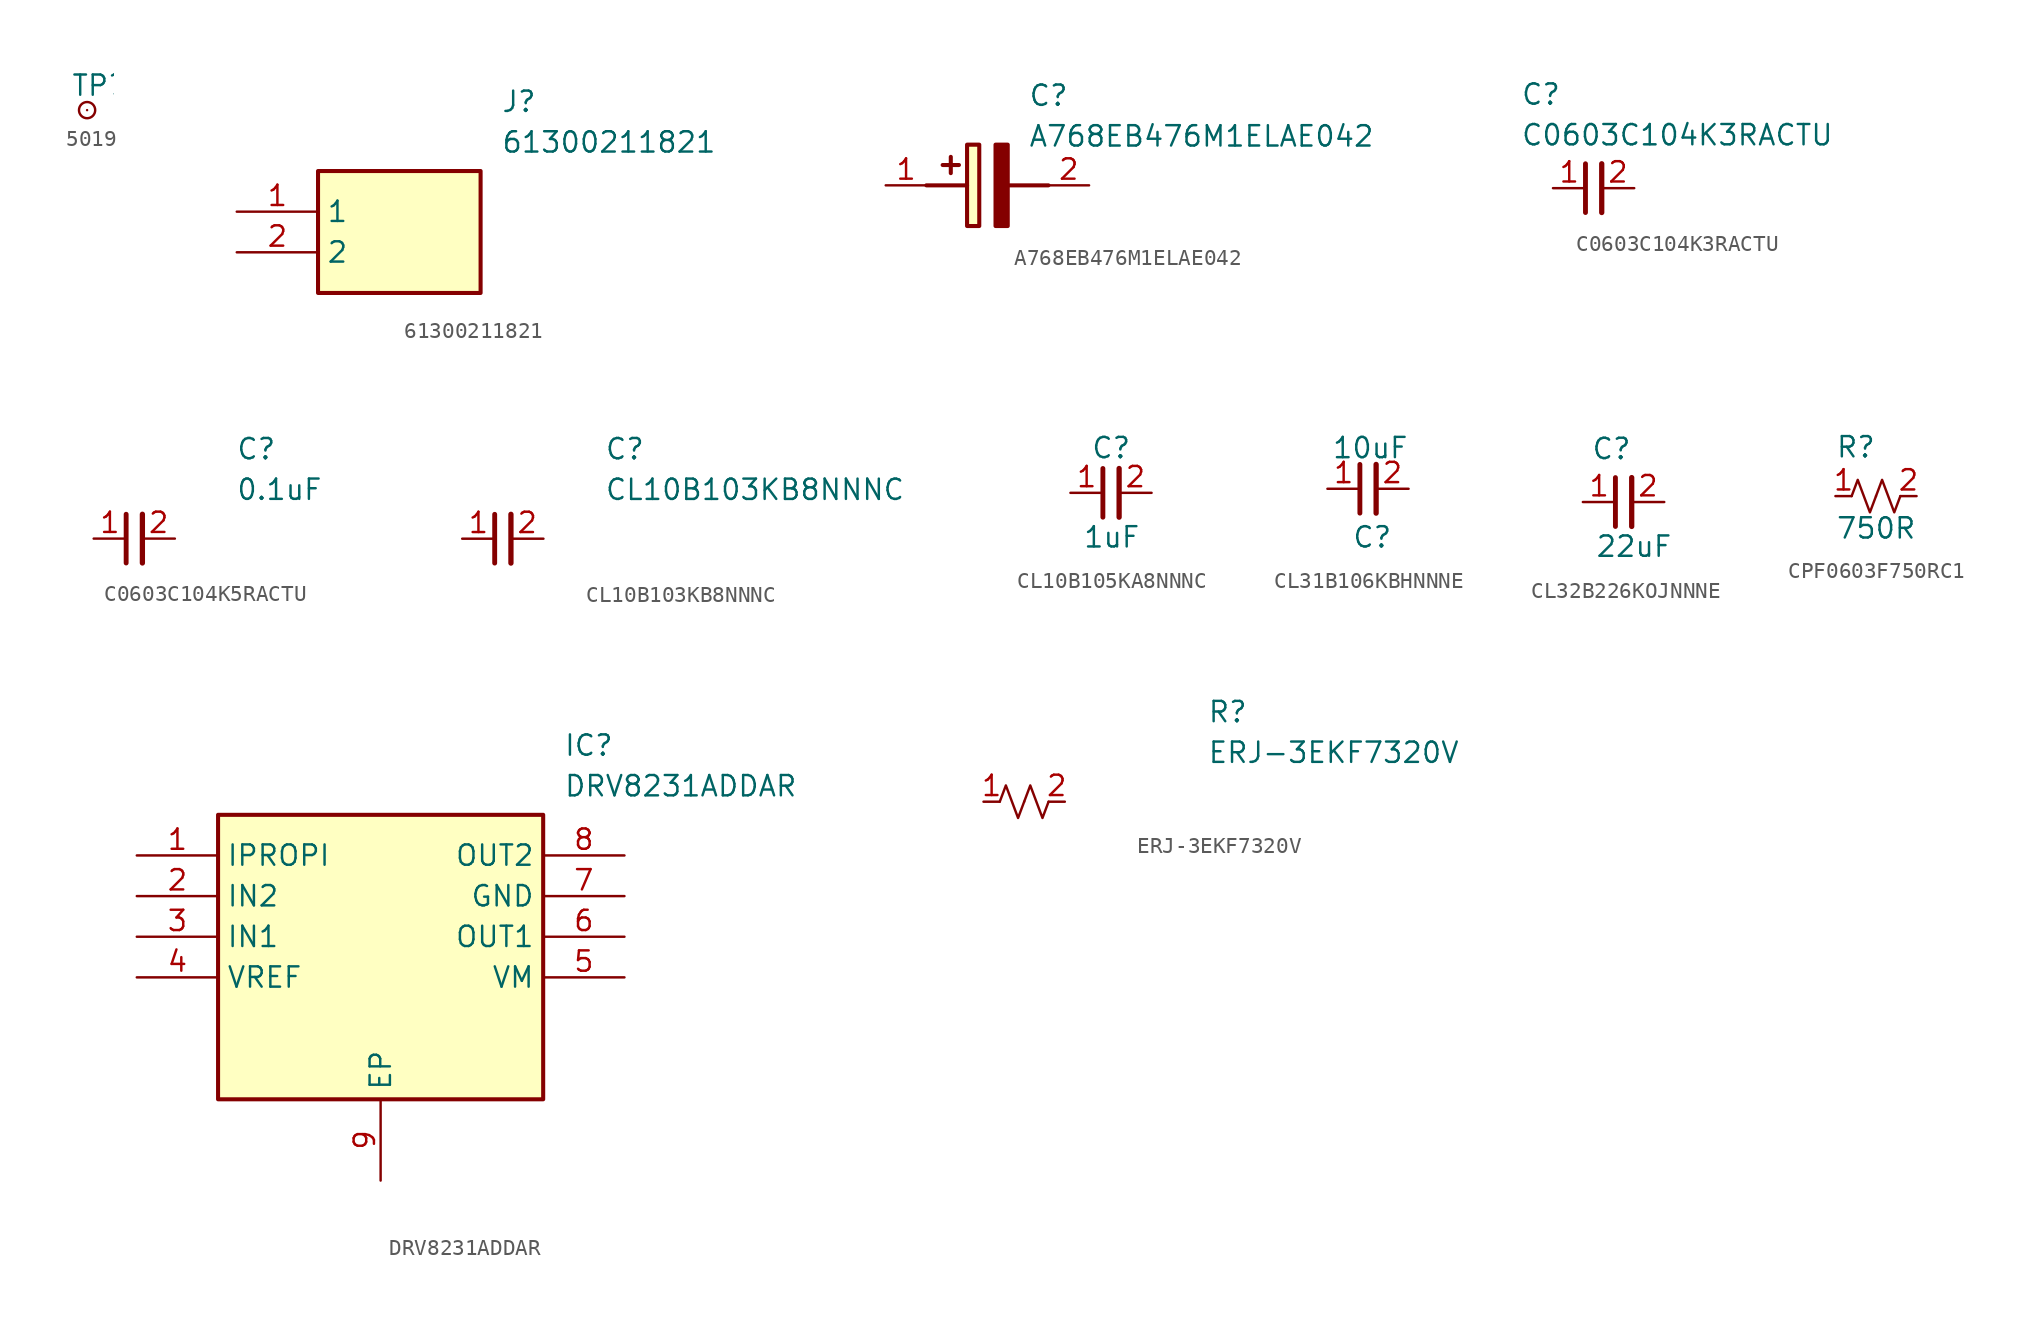
<source format=kicad_sym>
(kicad_symbol_lib
  (version 20241209)
  (generator "kicad_symbol_editor")
  (generator_version "9.0")
  (symbol "5019"
    (property "Reference" "TP"
      (at -1.016 2.286 0)
      (effects (font (size 1.27 1.27)) (justify left top)))
    (symbol "5019_0_1"
      (circle (center 0 0) (radius 0.508) (stroke (width 0) (type default)) (fill (type none))))
    (symbol "5019_1_1"
      (pin passive line (at 0 0 90) (length 0) (name "1" (effects (font (size 0 0)))) (number "1" (effects (font (size 0 0)))))))
  (symbol "61300211821"
    (property "Reference" "J"
      (at 16.51 7.62 0)
      (effects (font (size 1.27 1.27)) (justify left top)))
    (property "Value" "61300211821"
      (at 16.51 5.08 0)
      (effects (font (size 1.27 1.27)) (justify left top)))
    (symbol "61300211821_1_1"
      (rectangle (start 5.08 2.54) (end 15.24 -5.08) (stroke (width 0.254) (type default)) (fill (type background)))
      (pin passive line (at 0 0 0) (length 5.08) (name "1" (effects (font (size 1.27 1.27)))) (number "1" (effects (font (size 1.27 1.27)))))
      (pin passive line (at 0 -2.54 0) (length 5.08) (name "2" (effects (font (size 1.27 1.27)))) (number "2" (effects (font (size 1.27 1.27)))))))
  (symbol "A768EB476M1ELAE042"
    (pin_names
      (hide yes))
    (property "Reference" "C"
      (at 8.89 6.35 0)
      (effects (font (size 1.27 1.27)) (justify left top)))
    (property "Value" "A768EB476M1ELAE042"
      (at 8.89 3.81 0)
      (effects (font (size 1.27 1.27)) (justify left top)))
    (symbol "A768EB476M1ELAE042_1_1"
      (polyline (pts (xy 2.54 0) (xy 5.08 0)) (stroke (width 0.254) (type default)) (fill (type none)))
      (polyline (pts (xy 4.064 1.778) (xy 4.064 0.762)) (stroke (width 0.254) (type default)) (fill (type none)))
      (polyline (pts (xy 4.572 1.27) (xy 3.556 1.27)) (stroke (width 0.254) (type default)) (fill (type none)))
      (rectangle (start 5.08 2.54) (end 5.842 -2.54) (stroke (width 0.254) (type default)) (fill (type background)))
      (polyline (pts (xy 7.62 2.54) (xy 7.62 -2.54) (xy 6.858 -2.54) (xy 6.858 2.54) (xy 7.62 2.54)) (stroke (width 0.254) (type default)) (fill (type outline)))
      (polyline (pts (xy 7.62 0) (xy 10.16 0)) (stroke (width 0.254) (type default)) (fill (type none)))
      (pin passive line (at 0 0 0) (length 2.54) (name "+" (effects (font (size 1.27 1.27)))) (number "1" (effects (font (size 1.27 1.27)))))
      (pin passive line (at 12.7 0 180) (length 2.54) (name "-" (effects (font (size 1.27 1.27)))) (number "2" (effects (font (size 1.27 1.27)))))))
  (symbol "C0603C104K3RACTU"
    (pin_names
      (hide yes))
    (property "Reference" "C"
      (at -4.572 6.604 0)
      (effects (font (size 1.27 1.27)) (justify left top)))
    (property "Value" "C0603C104K3RACTU"
      (at -4.572 4.064 0)
      (effects (font (size 1.27 1.27)) (justify left top)))
    (symbol "C0603C104K3RACTU_0_1"
      (polyline (pts (xy -0.508 -1.524) (xy -0.508 1.524)) (stroke (width 0.305) (type default)) (fill (type none)))
      (polyline (pts (xy 0.508 -1.524) (xy 0.508 1.524)) (stroke (width 0.33) (type default)) (fill (type none))))
    (symbol "C0603C104K3RACTU_1_1"
      (pin passive line (at -2.54 0 0) (length 2.032) (name "~" (effects (font (size 1.27 1.27)))) (number "1" (effects (font (size 1.27 1.27)))))
      (pin passive line (at 2.54 0 180) (length 2.032) (name "~" (effects (font (size 1.27 1.27)))) (number "2" (effects (font (size 1.27 1.27)))))))
  (symbol "C0603C104K5RACTU"
    (pin_names
      (hide yes))
    (property "Reference" "C"
      (at 8.89 6.35 0)
      (effects (font (size 1.27 1.27)) (justify left top)))
    (property "Value" "0.1uF"
      (at 8.89 3.81 0)
      (effects (font (size 1.27 1.27)) (justify left top)))
    (symbol "C0603C104K5RACTU_0_1"
      (polyline (pts (xy 2.032 -1.524) (xy 2.032 1.524)) (stroke (width 0.305) (type default)) (fill (type none)))
      (polyline (pts (xy 3.048 -1.524) (xy 3.048 1.524)) (stroke (width 0.33) (type default)) (fill (type none))))
    (symbol "C0603C104K5RACTU_1_1"
      (pin passive line (at 0 0 0) (length 2.032) (name "~" (effects (font (size 1.27 1.27)))) (number "1" (effects (font (size 1.27 1.27)))))
      (pin passive line (at 5.08 0 180) (length 2.032) (name "~" (effects (font (size 1.27 1.27)))) (number "2" (effects (font (size 1.27 1.27)))))))
  (symbol "CL10B103KB8NNNC"
    (pin_names
      (hide yes))
    (property "Reference" "C"
      (at 8.89 6.35 0)
      (effects (font (size 1.27 1.27)) (justify left top)))
    (property "Value" "CL10B103KB8NNNC"
      (at 8.89 3.81 0)
      (effects (font (size 1.27 1.27)) (justify left top)))
    (symbol "CL10B103KB8NNNC_0_1"
      (polyline (pts (xy 2.032 -1.524) (xy 2.032 1.524)) (stroke (width 0.305) (type default)) (fill (type none)))
      (polyline (pts (xy 3.048 -1.524) (xy 3.048 1.524)) (stroke (width 0.33) (type default)) (fill (type none))))
    (symbol "CL10B103KB8NNNC_1_1"
      (pin passive line (at 0 0 0) (length 2.032) (name "~" (effects (font (size 1.27 1.27)))) (number "1" (effects (font (size 1.27 1.27)))))
      (pin passive line (at 5.08 0 180) (length 2.032) (name "~" (effects (font (size 1.27 1.27)))) (number "2" (effects (font (size 1.27 1.27)))))))
  (symbol "CL10B105KA8NNNC"
    (pin_names
      (hide yes))
    (property "Reference" "C"
      (at 1.27 3.556 0)
      (effects (font (size 1.27 1.27)) (justify left top)))
    (property "Value" "1uF"
      (at 0.762 -2.032 0)
      (effects (font (size 1.27 1.27)) (justify left top)))
    (symbol "CL10B105KA8NNNC_0_1"
      (polyline (pts (xy 2.032 -1.524) (xy 2.032 1.524)) (stroke (width 0.305) (type default)) (fill (type none)))
      (polyline (pts (xy 3.048 -1.524) (xy 3.048 1.524)) (stroke (width 0.33) (type default)) (fill (type none))))
    (symbol "CL10B105KA8NNNC_1_1"
      (pin passive line (at 0 0 0) (length 2.032) (name "~" (effects (font (size 1.27 1.27)))) (number "1" (effects (font (size 1.27 1.27)))))
      (pin passive line (at 5.08 0 180) (length 2.032) (name "~" (effects (font (size 1.27 1.27)))) (number "2" (effects (font (size 1.27 1.27)))))))
  (symbol "CL31B106KBHNNNE"
    (pin_names
      (hide yes))
    (property "Reference" "C"
      (at 1.524 -2.286 0)
      (effects (font (size 1.27 1.27)) (justify left top)))
    (property "Value" "10uF"
      (at 0.254 3.302 0)
      (effects (font (size 1.27 1.27)) (justify left top)))
    (symbol "CL31B106KBHNNNE_0_1"
      (polyline (pts (xy 2.032 -1.524) (xy 2.032 1.524)) (stroke (width 0.305) (type default)) (fill (type none)))
      (polyline (pts (xy 3.048 -1.524) (xy 3.048 1.524)) (stroke (width 0.33) (type default)) (fill (type none))))
    (symbol "CL31B106KBHNNNE_1_1"
      (pin passive line (at 0 0 0) (length 2.032) (name "~" (effects (font (size 1.27 1.27)))) (number "1" (effects (font (size 1.27 1.27)))))
      (pin passive line (at 5.08 0 180) (length 2.032) (name "~" (effects (font (size 1.27 1.27)))) (number "2" (effects (font (size 1.27 1.27)))))))
  (symbol "CL32B226KOJNNNE"
    (pin_names
      (hide yes))
    (property "Reference" "C"
      (at 0.508 4.064 0)
      (effects (font (size 1.27 1.27)) (justify left top)))
    (property "Value" "22uF"
      (at 0.762 -2.032 0)
      (effects (font (size 1.27 1.27)) (justify left top)))
    (symbol "CL32B226KOJNNNE_0_1"
      (polyline (pts (xy 2.032 -1.524) (xy 2.032 1.524)) (stroke (width 0.305) (type default)) (fill (type none)))
      (polyline (pts (xy 3.048 -1.524) (xy 3.048 1.524)) (stroke (width 0.33) (type default)) (fill (type none))))
    (symbol "CL32B226KOJNNNE_1_1"
      (pin passive line (at 0 0 0) (length 2.032) (name "~" (effects (font (size 1.27 1.27)))) (number "1" (effects (font (size 1.27 1.27)))))
      (pin passive line (at 5.08 0 180) (length 2.032) (name "~" (effects (font (size 1.27 1.27)))) (number "2" (effects (font (size 1.27 1.27)))))))
  (symbol "CPF0603F750RC1"
    (pin_names
      (hide yes))
    (property "Reference" "R"
      (at 0 3.81 0)
      (effects (font (size 1.27 1.27)) (justify left top)))
    (property "Value" "750R"
      (at 0 -1.27 0)
      (effects (font (size 1.27 1.27)) (justify left top)))
    (symbol "CPF0603F750RC1_1_1"
      (polyline (pts (xy 1.016 0) (xy 1.397 1.016) (xy 1.778 0) (xy 2.159 -1.016) (xy 2.54 0)) (stroke (width 0) (type default)) (fill (type none)))
      (polyline (pts (xy 2.54 0) (xy 2.921 1.016) (xy 3.302 0) (xy 3.683 -1.016) (xy 4.064 0)) (stroke (width 0) (type default)) (fill (type none)))
      (pin passive line (at 0 0 0) (length 1.016) (name "~" (effects (font (size 1.27 1.27)))) (number "1" (effects (font (size 1.27 1.27)))))
      (pin passive line (at 5.08 0 180) (length 1.016) (name "~" (effects (font (size 1.27 1.27)))) (number "2" (effects (font (size 1.27 1.27)))))))
  (symbol "DRV8231ADDAR"
    (property "Reference" "IC"
      (at 26.67 7.62 0)
      (effects (font (size 1.27 1.27)) (justify left top)))
    (property "Value" "DRV8231ADDAR"
      (at 26.67 5.08 0)
      (effects (font (size 1.27 1.27)) (justify left top)))
    (symbol "DRV8231ADDAR_1_1"
      (rectangle (start 5.08 2.54) (end 25.4 -15.24) (stroke (width 0.254) (type default)) (fill (type background)))
      (pin passive line (at 0 0 0) (length 5.08) (name "IPROPI" (effects (font (size 1.27 1.27)))) (number "1" (effects (font (size 1.27 1.27)))))
      (pin passive line (at 0 -2.54 0) (length 5.08) (name "IN2" (effects (font (size 1.27 1.27)))) (number "2" (effects (font (size 1.27 1.27)))))
      (pin passive line (at 0 -5.08 0) (length 5.08) (name "IN1" (effects (font (size 1.27 1.27)))) (number "3" (effects (font (size 1.27 1.27)))))
      (pin passive line (at 0 -7.62 0) (length 5.08) (name "VREF" (effects (font (size 1.27 1.27)))) (number "4" (effects (font (size 1.27 1.27)))))
      (pin passive line (at 15.24 -20.32 90) (length 5.08) (name "EP" (effects (font (size 1.27 1.27)))) (number "9" (effects (font (size 1.27 1.27)))))
      (pin passive line (at 30.48 0 180) (length 5.08) (name "OUT2" (effects (font (size 1.27 1.27)))) (number "8" (effects (font (size 1.27 1.27)))))
      (pin passive line (at 30.48 -2.54 180) (length 5.08) (name "GND" (effects (font (size 1.27 1.27)))) (number "7" (effects (font (size 1.27 1.27)))))
      (pin passive line (at 30.48 -5.08 180) (length 5.08) (name "OUT1" (effects (font (size 1.27 1.27)))) (number "6" (effects (font (size 1.27 1.27)))))
      (pin passive line (at 30.48 -7.62 180) (length 5.08) (name "VM" (effects (font (size 1.27 1.27)))) (number "5" (effects (font (size 1.27 1.27)))))))
  (symbol "ERJ-3EKF7320V"
    (pin_names
      (hide yes))
    (property "Reference" "R"
      (at 13.97 6.35 0)
      (effects (font (size 1.27 1.27)) (justify left top)))
    (property "Value" "ERJ-3EKF7320V"
      (at 13.97 3.81 0)
      (effects (font (size 1.27 1.27)) (justify left top)))
    (symbol "ERJ-3EKF7320V_1_1"
      (polyline (pts (xy 1.016 0) (xy 1.397 1.016) (xy 1.778 0) (xy 2.159 -1.016) (xy 2.54 0)) (stroke (width 0) (type default)) (fill (type none)))
      (polyline (pts (xy 2.54 0) (xy 2.921 1.016) (xy 3.302 0) (xy 3.683 -1.016) (xy 4.064 0)) (stroke (width 0) (type default)) (fill (type none)))
      (pin passive line (at 0 0 0) (length 1.016) (name "~" (effects (font (size 1.27 1.27)))) (number "1" (effects (font (size 1.27 1.27)))))
      (pin passive line (at 5.08 0 180) (length 1.016) (name "~" (effects (font (size 1.27 1.27)))) (number "2" (effects (font (size 1.27 1.27))))))))
</source>
